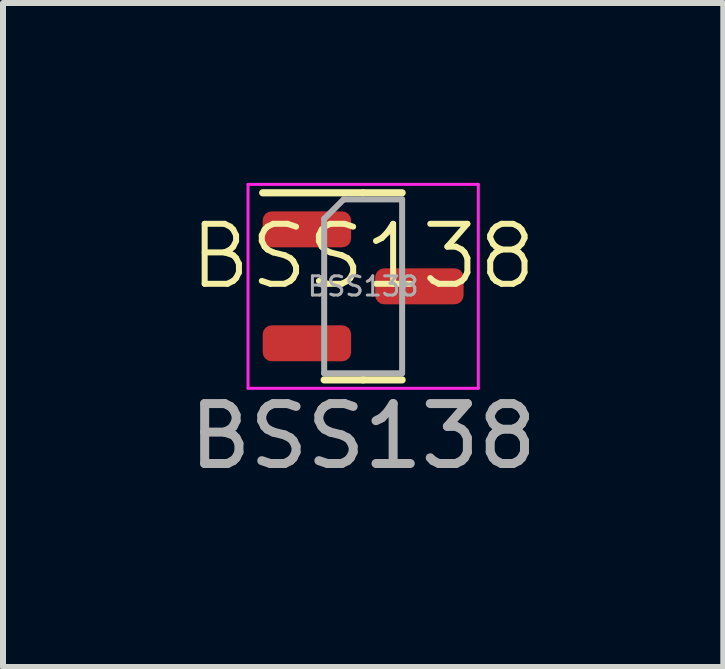
<source format=kicad_pcb>
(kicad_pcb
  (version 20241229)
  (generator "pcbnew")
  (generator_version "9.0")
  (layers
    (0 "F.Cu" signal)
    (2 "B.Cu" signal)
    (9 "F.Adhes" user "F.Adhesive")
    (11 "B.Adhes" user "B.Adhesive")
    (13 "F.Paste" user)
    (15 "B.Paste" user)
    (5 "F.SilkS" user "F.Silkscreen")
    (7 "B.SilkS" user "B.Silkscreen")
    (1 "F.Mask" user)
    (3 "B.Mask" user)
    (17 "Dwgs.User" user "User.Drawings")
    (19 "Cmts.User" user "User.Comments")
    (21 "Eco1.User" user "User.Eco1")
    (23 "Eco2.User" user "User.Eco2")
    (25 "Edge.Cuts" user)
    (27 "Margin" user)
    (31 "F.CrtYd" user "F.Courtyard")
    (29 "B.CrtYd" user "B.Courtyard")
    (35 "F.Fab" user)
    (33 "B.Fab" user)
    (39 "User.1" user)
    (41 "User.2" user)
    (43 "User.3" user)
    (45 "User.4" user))
  (footprint "BSS138"
    (layer "F.Cu")
    (at 3.006 1.725)
    (property "Reference" "BSS138" (at 0 -0.5 0) (unlocked yes) (layer "F.SilkS") (effects (font (size 1 1) (thickness 0.1))))
    (attr smd)
    (fp_line (start 0 -1.56) (end -1.675 -1.56) (stroke (width 0.12) (type solid)) (layer "F.SilkS"))
    (fp_line (start 0 -1.56) (end 0.65 -1.56) (stroke (width 0.12) (type solid)) (layer "F.SilkS"))
    (fp_line (start 0 1.56) (end -0.65 1.56) (stroke (width 0.12) (type solid)) (layer "F.SilkS"))
    (fp_line (start 0 1.56) (end 0.65 1.56) (stroke (width 0.12) (type solid)) (layer "F.SilkS"))
    (fp_line (start -1.92 -1.7) (end -1.92 1.7) (stroke (width 0.05) (type solid)) (layer "F.CrtYd"))
    (fp_line (start -1.92 1.7) (end 1.92 1.7) (stroke (width 0.05) (type solid)) (layer "F.CrtYd"))
    (fp_line (start 1.92 -1.7) (end -1.92 -1.7) (stroke (width 0.05) (type solid)) (layer "F.CrtYd"))
    (fp_line (start 1.92 1.7) (end 1.92 -1.7) (stroke (width 0.05) (type solid)) (layer "F.CrtYd"))
    (fp_line (start -0.65 -1.125) (end -0.325 -1.45) (stroke (width 0.1) (type solid)) (layer "F.Fab"))
    (fp_line (start -0.65 1.45) (end -0.65 -1.125) (stroke (width 0.1) (type solid)) (layer "F.Fab"))
    (fp_line (start -0.325 -1.45) (end 0.65 -1.45) (stroke (width 0.1) (type solid)) (layer "F.Fab"))
    (fp_line (start 0.65 -1.45) (end 0.65 1.45) (stroke (width 0.1) (type solid)) (layer "F.Fab"))
    (fp_line (start 0.65 1.45) (end -0.65 1.45) (stroke (width 0.1) (type solid)) (layer "F.Fab"))
    (fp_text user "${REFERENCE}" (at 0 2.5 0) (unlocked yes) (layer "F.Fab") (effects (font (size 1 1) (thickness 0.15))))
    (fp_text user "${REFERENCE}" (at 0 0 0) (layer "F.Fab") (effects (font (size 0.32 0.32) (thickness 0.05))))
    (pad "1" smd roundrect (at -0.938 -0.95) (size 1.475 0.6) (layers "F.Cu" "F.Mask" "F.Paste") (roundrect_rratio 0.25))
    (pad "2" smd roundrect (at -0.938 0.95) (size 1.475 0.6) (layers "F.Cu" "F.Mask" "F.Paste") (roundrect_rratio 0.25))
    (pad "3" smd roundrect (at 0.938 0) (size 1.475 0.6) (layers "F.Cu" "F.Mask" "F.Paste") (roundrect_rratio 0.25)))
  (gr_rect
    (start -3 -3)
    (end 9.012 8.073)
    (stroke (width 0.1) (type default))
    (fill no)
    (layer "Edge.Cuts")))
</source>
